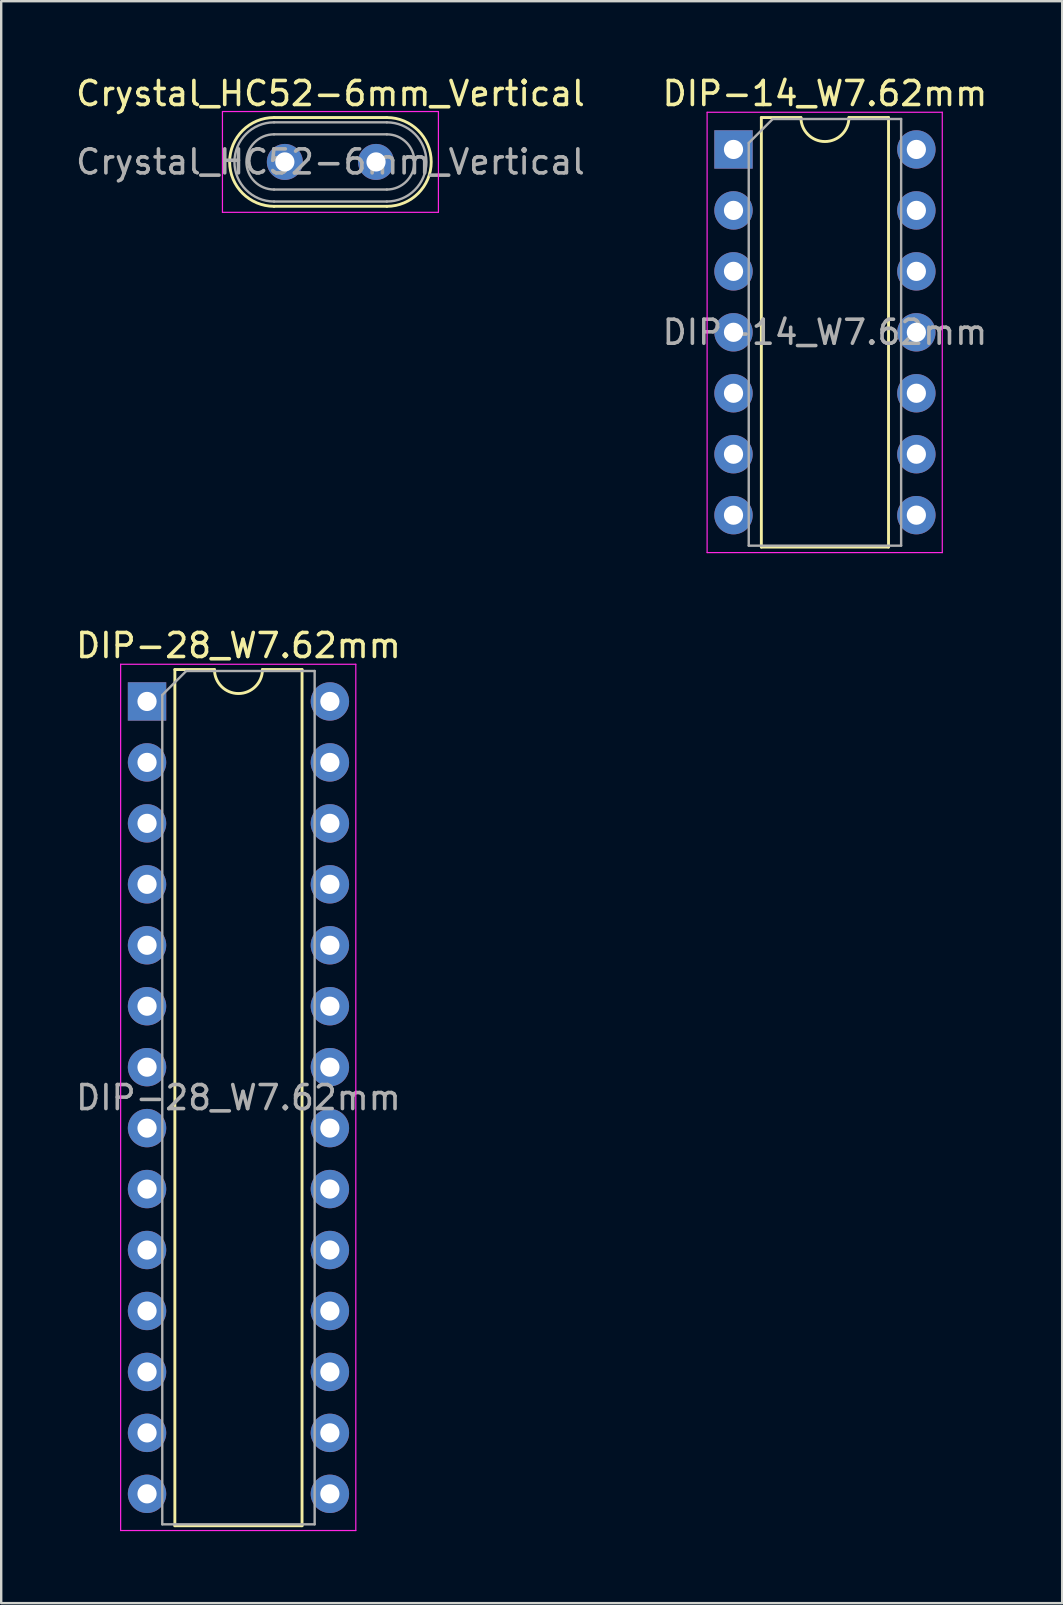
<source format=kicad_pcb>
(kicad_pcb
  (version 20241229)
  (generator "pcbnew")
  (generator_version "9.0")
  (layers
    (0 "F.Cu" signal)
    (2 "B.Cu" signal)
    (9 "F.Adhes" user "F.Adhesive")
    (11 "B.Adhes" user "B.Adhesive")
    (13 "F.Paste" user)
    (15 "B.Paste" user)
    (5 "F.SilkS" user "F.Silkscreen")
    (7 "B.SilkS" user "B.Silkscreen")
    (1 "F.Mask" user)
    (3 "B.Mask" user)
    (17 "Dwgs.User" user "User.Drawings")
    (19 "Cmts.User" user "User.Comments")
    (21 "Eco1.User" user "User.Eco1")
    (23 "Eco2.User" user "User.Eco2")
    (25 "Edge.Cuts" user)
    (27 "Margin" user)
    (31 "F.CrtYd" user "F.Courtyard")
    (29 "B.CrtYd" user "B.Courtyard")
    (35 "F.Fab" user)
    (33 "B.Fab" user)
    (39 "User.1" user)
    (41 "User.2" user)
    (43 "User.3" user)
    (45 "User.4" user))
  (footprint "DIP-28_W7.62mm"
    (layer "F.Cu")
    (at 3.077 26.181)
    (property "Reference" "DIP-28_W7.62mm" (at 3.81 -2.33 0) (layer "F.SilkS") (effects (font (size 1 1) (thickness 0.15))))
    (attr through_hole)
    (fp_line (start 1.16 -1.33) (end 1.16 34.35) (stroke (width 0.12) (type solid)) (layer "F.SilkS"))
    (fp_line (start 1.16 34.35) (end 6.46 34.35) (stroke (width 0.12) (type solid)) (layer "F.SilkS"))
    (fp_line (start 2.81 -1.33) (end 1.16 -1.33) (stroke (width 0.12) (type solid)) (layer "F.SilkS"))
    (fp_line (start 6.46 -1.33) (end 4.81 -1.33) (stroke (width 0.12) (type solid)) (layer "F.SilkS"))
    (fp_line (start 6.46 34.35) (end 6.46 -1.33) (stroke (width 0.12) (type solid)) (layer "F.SilkS"))
    (fp_arc (start 4.81 -1.33) (mid 3.81 -0.33) (end 2.81 -1.33) (stroke (width 0.12) (type solid)) (layer "F.SilkS"))
    (fp_line (start -1.1 -1.55) (end -1.1 34.55) (stroke (width 0.05) (type solid)) (layer "F.CrtYd"))
    (fp_line (start -1.1 34.55) (end 8.7 34.55) (stroke (width 0.05) (type solid)) (layer "F.CrtYd"))
    (fp_line (start 8.7 -1.55) (end -1.1 -1.55) (stroke (width 0.05) (type solid)) (layer "F.CrtYd"))
    (fp_line (start 8.7 34.55) (end 8.7 -1.55) (stroke (width 0.05) (type solid)) (layer "F.CrtYd"))
    (fp_line (start 0.635 -0.27) (end 1.635 -1.27) (stroke (width 0.1) (type solid)) (layer "F.Fab"))
    (fp_line (start 0.635 34.29) (end 0.635 -0.27) (stroke (width 0.1) (type solid)) (layer "F.Fab"))
    (fp_line (start 1.635 -1.27) (end 6.985 -1.27) (stroke (width 0.1) (type solid)) (layer "F.Fab"))
    (fp_line (start 6.985 -1.27) (end 6.985 34.29) (stroke (width 0.1) (type solid)) (layer "F.Fab"))
    (fp_line (start 6.985 34.29) (end 0.635 34.29) (stroke (width 0.1) (type solid)) (layer "F.Fab"))
    (fp_text user "${REFERENCE}" (at 3.81 16.51 0) (layer "F.Fab") (effects (font (size 1 1) (thickness 0.15))))
    (pad "1" thru_hole rect (at 0 0) (size 1.6 1.6) (drill 0.8) (layers "*.Cu" "*.Mask"))
    (pad "2" thru_hole oval (at 0 2.54) (size 1.6 1.6) (drill 0.8) (layers "*.Cu" "*.Mask"))
    (pad "3" thru_hole oval (at 0 5.08) (size 1.6 1.6) (drill 0.8) (layers "*.Cu" "*.Mask"))
    (pad "4" thru_hole oval (at 0 7.62) (size 1.6 1.6) (drill 0.8) (layers "*.Cu" "*.Mask"))
    (pad "5" thru_hole oval (at 0 10.16) (size 1.6 1.6) (drill 0.8) (layers "*.Cu" "*.Mask"))
    (pad "6" thru_hole oval (at 0 12.7) (size 1.6 1.6) (drill 0.8) (layers "*.Cu" "*.Mask"))
    (pad "7" thru_hole oval (at 0 15.24) (size 1.6 1.6) (drill 0.8) (layers "*.Cu" "*.Mask"))
    (pad "8" thru_hole oval (at 0 17.78) (size 1.6 1.6) (drill 0.8) (layers "*.Cu" "*.Mask"))
    (pad "9" thru_hole oval (at 0 20.32) (size 1.6 1.6) (drill 0.8) (layers "*.Cu" "*.Mask"))
    (pad "10" thru_hole oval (at 0 22.86) (size 1.6 1.6) (drill 0.8) (layers "*.Cu" "*.Mask"))
    (pad "11" thru_hole oval (at 0 25.4) (size 1.6 1.6) (drill 0.8) (layers "*.Cu" "*.Mask"))
    (pad "12" thru_hole oval (at 0 27.94) (size 1.6 1.6) (drill 0.8) (layers "*.Cu" "*.Mask"))
    (pad "13" thru_hole oval (at 0 30.48) (size 1.6 1.6) (drill 0.8) (layers "*.Cu" "*.Mask"))
    (pad "14" thru_hole oval (at 0 33.02) (size 1.6 1.6) (drill 0.8) (layers "*.Cu" "*.Mask"))
    (pad "15" thru_hole oval (at 7.62 33.02) (size 1.6 1.6) (drill 0.8) (layers "*.Cu" "*.Mask"))
    (pad "16" thru_hole oval (at 7.62 30.48) (size 1.6 1.6) (drill 0.8) (layers "*.Cu" "*.Mask"))
    (pad "17" thru_hole oval (at 7.62 27.94) (size 1.6 1.6) (drill 0.8) (layers "*.Cu" "*.Mask"))
    (pad "18" thru_hole oval (at 7.62 25.4) (size 1.6 1.6) (drill 0.8) (layers "*.Cu" "*.Mask"))
    (pad "19" thru_hole oval (at 7.62 22.86) (size 1.6 1.6) (drill 0.8) (layers "*.Cu" "*.Mask"))
    (pad "20" thru_hole oval (at 7.62 20.32) (size 1.6 1.6) (drill 0.8) (layers "*.Cu" "*.Mask"))
    (pad "21" thru_hole oval (at 7.62 17.78) (size 1.6 1.6) (drill 0.8) (layers "*.Cu" "*.Mask"))
    (pad "22" thru_hole oval (at 7.62 15.24) (size 1.6 1.6) (drill 0.8) (layers "*.Cu" "*.Mask"))
    (pad "23" thru_hole oval (at 7.62 12.7) (size 1.6 1.6) (drill 0.8) (layers "*.Cu" "*.Mask"))
    (pad "24" thru_hole oval (at 7.62 10.16) (size 1.6 1.6) (drill 0.8) (layers "*.Cu" "*.Mask"))
    (pad "25" thru_hole oval (at 7.62 7.62) (size 1.6 1.6) (drill 0.8) (layers "*.Cu" "*.Mask"))
    (pad "26" thru_hole oval (at 7.62 5.08) (size 1.6 1.6) (drill 0.8) (layers "*.Cu" "*.Mask"))
    (pad "27" thru_hole oval (at 7.62 2.54) (size 1.6 1.6) (drill 0.8) (layers "*.Cu" "*.Mask"))
    (pad "28" thru_hole oval (at 7.62 0) (size 1.6 1.6) (drill 0.8) (layers "*.Cu" "*.Mask")))
  (footprint "Crystal_HC52-6mm_Vertical"
    (layer "F.Cu")
    (at 8.82 3.698)
    (property "Reference" "Crystal_HC52-6mm_Vertical" (at 1.9 -2.85 0) (layer "F.SilkS") (effects (font (size 1 1) (thickness 0.15))))
    (attr through_hole)
    (fp_line (start -0.45 -1.85) (end 4.25 -1.85) (stroke (width 0.12) (type solid)) (layer "F.SilkS"))
    (fp_line (start -0.45 1.85) (end 4.25 1.85) (stroke (width 0.12) (type solid)) (layer "F.SilkS"))
    (fp_arc (start -0.45 1.85) (mid -2.3 0) (end -0.45 -1.85) (stroke (width 0.12) (type solid)) (layer "F.SilkS"))
    (fp_arc (start 4.25 -1.85) (mid 6.1 0) (end 4.25 1.85) (stroke (width 0.12) (type solid)) (layer "F.SilkS"))
    (fp_line (start -2.6 -2.1) (end -2.6 2.1) (stroke (width 0.05) (type solid)) (layer "F.CrtYd"))
    (fp_line (start -2.6 2.1) (end 6.4 2.1) (stroke (width 0.05) (type solid)) (layer "F.CrtYd"))
    (fp_line (start 6.4 -2.1) (end -2.6 -2.1) (stroke (width 0.05) (type solid)) (layer "F.CrtYd"))
    (fp_line (start 6.4 2.1) (end 6.4 -2.1) (stroke (width 0.05) (type solid)) (layer "F.CrtYd"))
    (fp_line (start -0.45 -1.65) (end 4.25 -1.65) (stroke (width 0.1) (type solid)) (layer "F.Fab"))
    (fp_line (start -0.45 -1.15) (end 4.25 -1.15) (stroke (width 0.1) (type solid)) (layer "F.Fab"))
    (fp_line (start -0.45 1.15) (end 4.25 1.15) (stroke (width 0.1) (type solid)) (layer "F.Fab"))
    (fp_line (start -0.45 1.65) (end 4.25 1.65) (stroke (width 0.1) (type solid)) (layer "F.Fab"))
    (fp_arc (start -0.45 1.15) (mid -1.6 0) (end -0.45 -1.15) (stroke (width 0.1) (type solid)) (layer "F.Fab"))
    (fp_arc (start -0.45 1.65) (mid -2.1 0) (end -0.45 -1.65) (stroke (width 0.1) (type solid)) (layer "F.Fab"))
    (fp_arc (start 4.25 -1.65) (mid 5.9 0) (end 4.25 1.65) (stroke (width 0.1) (type solid)) (layer "F.Fab"))
    (fp_arc (start 4.25 -1.15) (mid 5.4 0) (end 4.25 1.15) (stroke (width 0.1) (type solid)) (layer "F.Fab"))
    (fp_text user "${REFERENCE}" (at 1.9 0 0) (layer "F.Fab") (effects (font (size 1 1) (thickness 0.15))))
    (pad "1" thru_hole circle (at 0 0) (size 1.5 1.5) (drill 0.8) (layers "*.Cu" "*.Mask"))
    (pad "2" thru_hole circle (at 3.8 0) (size 1.5 1.5) (drill 0.8) (layers "*.Cu" "*.Mask")))
  (footprint "DIP-14_W7.62mm"
    (layer "F.Cu")
    (at 27.517 3.178)
    (property "Reference" "DIP-14_W7.62mm" (at 3.81 -2.33 0) (layer "F.SilkS") (effects (font (size 1 1) (thickness 0.15))))
    (attr through_hole)
    (fp_line (start 1.16 -1.33) (end 1.16 16.57) (stroke (width 0.12) (type solid)) (layer "F.SilkS"))
    (fp_line (start 1.16 16.57) (end 6.46 16.57) (stroke (width 0.12) (type solid)) (layer "F.SilkS"))
    (fp_line (start 2.81 -1.33) (end 1.16 -1.33) (stroke (width 0.12) (type solid)) (layer "F.SilkS"))
    (fp_line (start 6.46 -1.33) (end 4.81 -1.33) (stroke (width 0.12) (type solid)) (layer "F.SilkS"))
    (fp_line (start 6.46 16.57) (end 6.46 -1.33) (stroke (width 0.12) (type solid)) (layer "F.SilkS"))
    (fp_arc (start 4.81 -1.33) (mid 3.81 -0.33) (end 2.81 -1.33) (stroke (width 0.12) (type solid)) (layer "F.SilkS"))
    (fp_line (start -1.1 -1.55) (end -1.1 16.8) (stroke (width 0.05) (type solid)) (layer "F.CrtYd"))
    (fp_line (start -1.1 16.8) (end 8.7 16.8) (stroke (width 0.05) (type solid)) (layer "F.CrtYd"))
    (fp_line (start 8.7 -1.55) (end -1.1 -1.55) (stroke (width 0.05) (type solid)) (layer "F.CrtYd"))
    (fp_line (start 8.7 16.8) (end 8.7 -1.55) (stroke (width 0.05) (type solid)) (layer "F.CrtYd"))
    (fp_line (start 0.635 -0.27) (end 1.635 -1.27) (stroke (width 0.1) (type solid)) (layer "F.Fab"))
    (fp_line (start 0.635 16.51) (end 0.635 -0.27) (stroke (width 0.1) (type solid)) (layer "F.Fab"))
    (fp_line (start 1.635 -1.27) (end 6.985 -1.27) (stroke (width 0.1) (type solid)) (layer "F.Fab"))
    (fp_line (start 6.985 -1.27) (end 6.985 16.51) (stroke (width 0.1) (type solid)) (layer "F.Fab"))
    (fp_line (start 6.985 16.51) (end 0.635 16.51) (stroke (width 0.1) (type solid)) (layer "F.Fab"))
    (fp_text user "${REFERENCE}" (at 3.81 7.62 0) (layer "F.Fab") (effects (font (size 1 1) (thickness 0.15))))
    (pad "1" thru_hole rect (at 0 0) (size 1.6 1.6) (drill 0.8) (layers "*.Cu" "*.Mask"))
    (pad "2" thru_hole oval (at 0 2.54) (size 1.6 1.6) (drill 0.8) (layers "*.Cu" "*.Mask"))
    (pad "3" thru_hole oval (at 0 5.08) (size 1.6 1.6) (drill 0.8) (layers "*.Cu" "*.Mask"))
    (pad "4" thru_hole oval (at 0 7.62) (size 1.6 1.6) (drill 0.8) (layers "*.Cu" "*.Mask"))
    (pad "5" thru_hole oval (at 0 10.16) (size 1.6 1.6) (drill 0.8) (layers "*.Cu" "*.Mask"))
    (pad "6" thru_hole oval (at 0 12.7) (size 1.6 1.6) (drill 0.8) (layers "*.Cu" "*.Mask"))
    (pad "7" thru_hole oval (at 0 15.24) (size 1.6 1.6) (drill 0.8) (layers "*.Cu" "*.Mask"))
    (pad "8" thru_hole oval (at 7.62 15.24) (size 1.6 1.6) (drill 0.8) (layers "*.Cu" "*.Mask"))
    (pad "9" thru_hole oval (at 7.62 12.7) (size 1.6 1.6) (drill 0.8) (layers "*.Cu" "*.Mask"))
    (pad "10" thru_hole oval (at 7.62 10.16) (size 1.6 1.6) (drill 0.8) (layers "*.Cu" "*.Mask"))
    (pad "11" thru_hole oval (at 7.62 7.62) (size 1.6 1.6) (drill 0.8) (layers "*.Cu" "*.Mask"))
    (pad "12" thru_hole oval (at 7.62 5.08) (size 1.6 1.6) (drill 0.8) (layers "*.Cu" "*.Mask"))
    (pad "13" thru_hole oval (at 7.62 2.54) (size 1.6 1.6) (drill 0.8) (layers "*.Cu" "*.Mask"))
    (pad "14" thru_hole oval (at 7.62 0) (size 1.6 1.6) (drill 0.8) (layers "*.Cu" "*.Mask")))
  (gr_rect
    (start -3 -3)
    (end 41.214 63.757)
    (stroke (width 0.1) (type default))
    (fill no)
    (layer "Edge.Cuts")))
</source>
